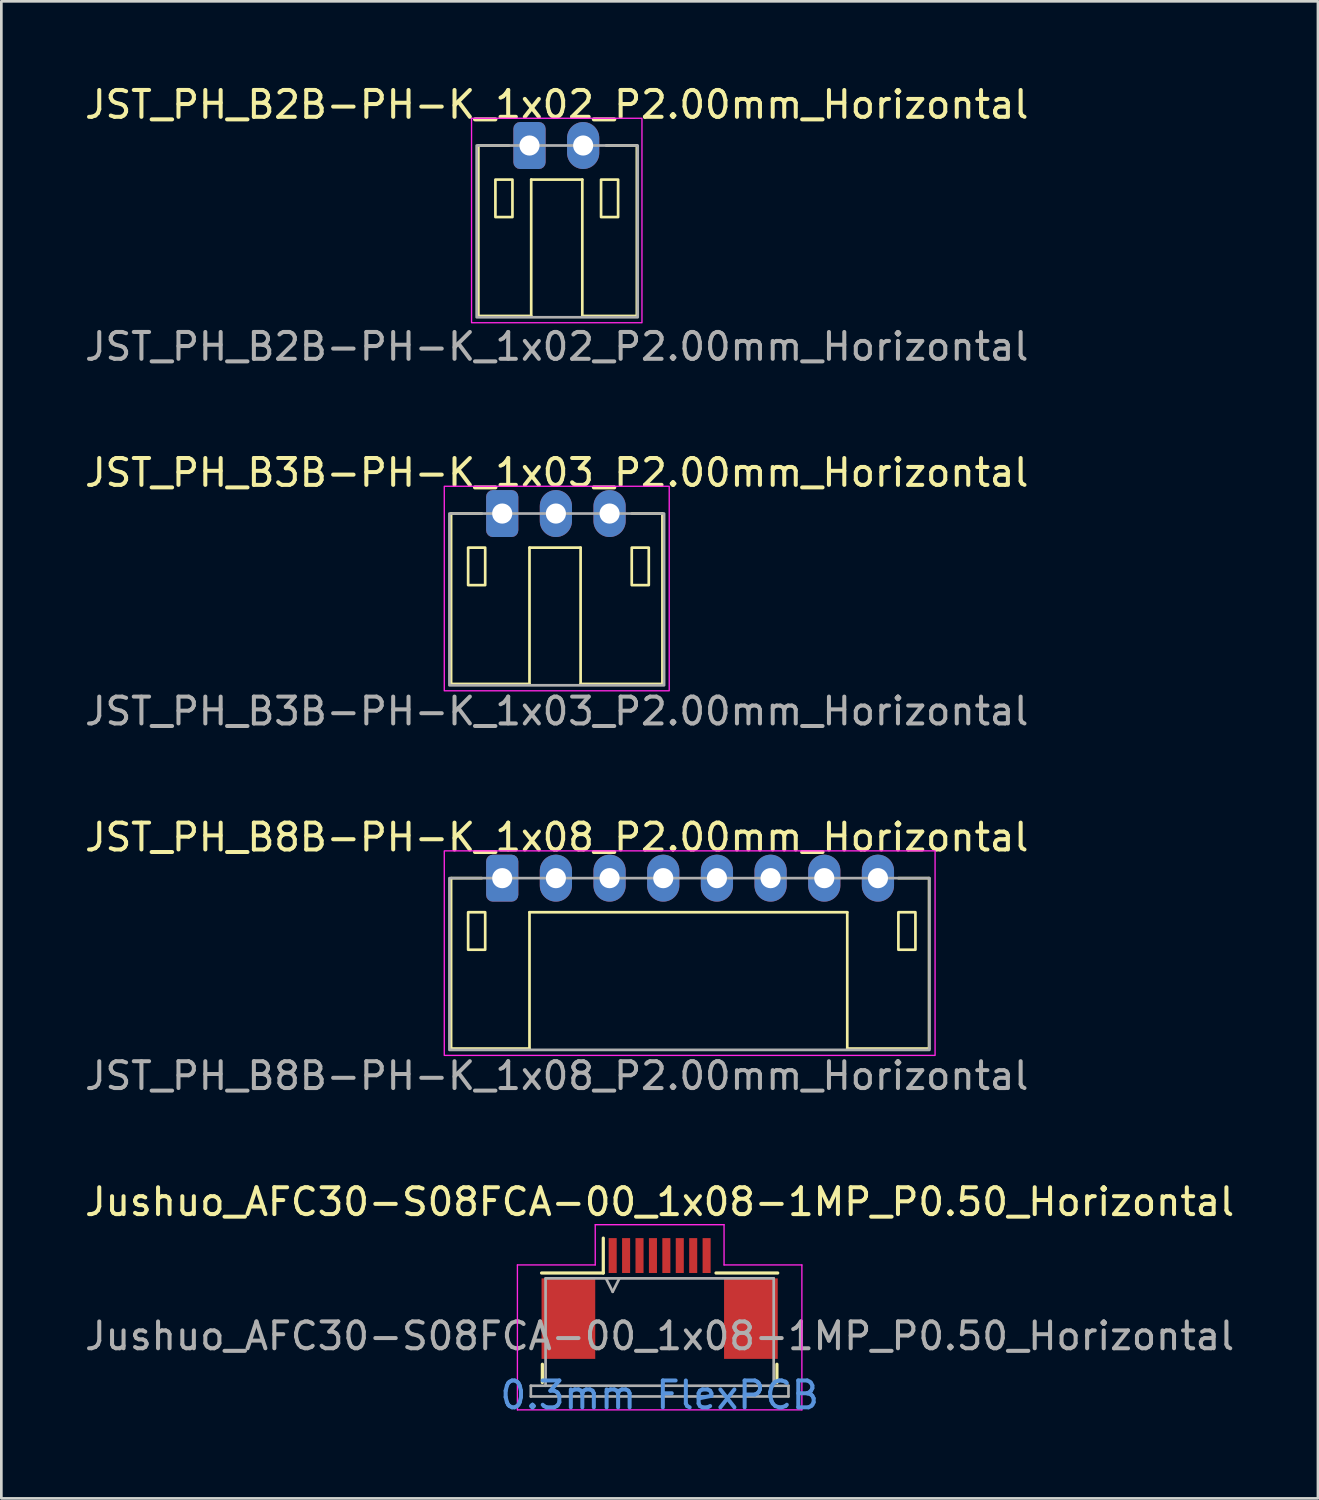
<source format=kicad_pcb>
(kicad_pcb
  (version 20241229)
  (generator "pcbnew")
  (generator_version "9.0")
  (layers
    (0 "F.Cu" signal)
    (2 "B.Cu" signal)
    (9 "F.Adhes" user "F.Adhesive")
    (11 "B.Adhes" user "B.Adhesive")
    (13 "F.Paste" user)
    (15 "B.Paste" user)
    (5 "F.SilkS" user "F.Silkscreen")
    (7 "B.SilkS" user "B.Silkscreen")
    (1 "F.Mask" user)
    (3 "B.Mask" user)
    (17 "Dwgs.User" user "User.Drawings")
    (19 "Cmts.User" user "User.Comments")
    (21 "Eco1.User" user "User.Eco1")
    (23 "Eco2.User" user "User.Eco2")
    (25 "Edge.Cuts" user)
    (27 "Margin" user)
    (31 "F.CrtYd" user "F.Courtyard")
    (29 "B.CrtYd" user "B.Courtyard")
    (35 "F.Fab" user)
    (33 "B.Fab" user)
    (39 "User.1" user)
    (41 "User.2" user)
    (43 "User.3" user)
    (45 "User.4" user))
  (footprint "JST_PH_B3B-PH-K_1x03_P2.00mm_Horizontal"
    (layer "F.Cu")
    (at 15.664 16.086)
    (property "Reference" "JST_PH_B3B-PH-K_1x03_P2.00mm_Horizontal" (at 2.032 -1.524 0) (layer "F.SilkS") (effects (font (size 1 1) (thickness 0.15))))
    (attr through_hole exclude_from_bom)
    (fp_line (start -1.905 0) (end -1.905 6.35) (stroke (width 0.1) (type default)) (layer "F.SilkS"))
    (fp_line (start -0.762 0) (end -1.905 0) (stroke (width 0.1) (type default)) (layer "F.SilkS"))
    (fp_line (start 1.016 1.27) (end 2.921 1.27) (stroke (width 0.1) (type default)) (layer "F.SilkS"))
    (fp_line (start 1.016 6.35) (end -1.905 6.35) (stroke (width 0.1) (type default)) (layer "F.SilkS"))
    (fp_line (start 1.016 6.35) (end 1.016 1.27) (stroke (width 0.1) (type default)) (layer "F.SilkS"))
    (fp_line (start 2.921 1.27) (end 2.921 6.35) (stroke (width 0.1) (type default)) (layer "F.SilkS"))
    (fp_line (start 2.921 6.35) (end 5.969 6.35) (stroke (width 0.1) (type default)) (layer "F.SilkS"))
    (fp_line (start 5.969 0) (end 4.826 0) (stroke (width 0.1) (type default)) (layer "F.SilkS"))
    (fp_line (start 5.969 6.35) (end 5.969 0) (stroke (width 0.1) (type default)) (layer "F.SilkS"))
    (fp_rect (start -1.27 1.27) (end -0.635 2.667) (stroke (width 0.1) (type default)) (fill no) (layer "F.SilkS"))
    (fp_rect (start 4.826 1.27) (end 5.461 2.667) (stroke (width 0.1) (type default)) (fill no) (layer "F.SilkS"))
    (fp_rect (start -2.159 -1.016) (end 6.223 6.604) (stroke (width 0.05) (type default)) (fill no) (layer "F.CrtYd"))
    (fp_rect (start -1.968 0) (end 6.032 6.4) (stroke (width 0.1) (type default)) (fill no) (layer "F.Fab"))
    (fp_text user "${REFERENCE}" (at 2.032 7.366 0) (layer "F.Fab") (effects (font (size 1 1) (thickness 0.15))))
    (pad "1" thru_hole roundrect (at 0 0) (size 1.2 1.75) (drill 0.75) (layers "*.Cu" "*.Mask") (roundrect_rratio 0.208))
    (pad "2" thru_hole oval (at 2 0) (size 1.2 1.75) (drill 0.75) (layers "*.Cu" "*.Mask"))
    (pad "3" thru_hole oval (at 4 0) (size 1.2 1.75) (drill 0.75) (layers "*.Cu" "*.Mask")))
  (footprint "JST_PH_B8B-PH-K_1x08_P2.00mm_Horizontal"
    (layer "F.Cu")
    (at 15.664 29.672)
    (property "Reference" "JST_PH_B8B-PH-K_1x08_P2.00mm_Horizontal" (at 2.032 -1.524 0) (layer "F.SilkS") (effects (font (size 1 1) (thickness 0.15))))
    (attr through_hole exclude_from_bom)
    (fp_line (start -1.905 0) (end -1.905 6.35) (stroke (width 0.1) (type default)) (layer "F.SilkS"))
    (fp_line (start -0.762 0) (end -1.905 0) (stroke (width 0.1) (type default)) (layer "F.SilkS"))
    (fp_line (start 1.016 1.27) (end 12.857 1.27) (stroke (width 0.1) (type default)) (layer "F.SilkS"))
    (fp_line (start 1.016 6.35) (end -1.905 6.35) (stroke (width 0.1) (type default)) (layer "F.SilkS"))
    (fp_line (start 1.016 6.35) (end 1.016 1.27) (stroke (width 0.1) (type default)) (layer "F.SilkS"))
    (fp_line (start 12.857 1.27) (end 12.857 6.35) (stroke (width 0.1) (type default)) (layer "F.SilkS"))
    (fp_line (start 12.857 6.35) (end 15.905 6.35) (stroke (width 0.1) (type default)) (layer "F.SilkS"))
    (fp_line (start 15.905 0) (end 14.762 0) (stroke (width 0.1) (type default)) (layer "F.SilkS"))
    (fp_line (start 15.905 6.35) (end 15.905 0) (stroke (width 0.1) (type default)) (layer "F.SilkS"))
    (fp_rect (start -1.27 1.27) (end -0.635 2.667) (stroke (width 0.1) (type default)) (fill no) (layer "F.SilkS"))
    (fp_rect (start 14.762 1.27) (end 15.397 2.667) (stroke (width 0.1) (type default)) (fill no) (layer "F.SilkS"))
    (fp_rect (start -2.159 -1.016) (end 16.129 6.604) (stroke (width 0.05) (type default)) (fill no) (layer "F.CrtYd"))
    (fp_rect (start -1.968 0) (end 15.919 6.4) (stroke (width 0.1) (type default)) (fill no) (layer "F.Fab"))
    (fp_text user "${REFERENCE}" (at 2.032 7.366 0) (layer "F.Fab") (effects (font (size 1 1) (thickness 0.15))))
    (pad "1" thru_hole roundrect (at 0 0) (size 1.2 1.75) (drill 0.75) (layers "*.Cu" "*.Mask") (roundrect_rratio 0.208))
    (pad "2" thru_hole oval (at 2 0) (size 1.2 1.75) (drill 0.75) (layers "*.Cu" "*.Mask"))
    (pad "3" thru_hole oval (at 4 0) (size 1.2 1.75) (drill 0.75) (layers "*.Cu" "*.Mask"))
    (pad "4" thru_hole oval (at 6 0) (size 1.2 1.75) (drill 0.75) (layers "*.Cu" "*.Mask"))
    (pad "5" thru_hole oval (at 8 0) (size 1.2 1.75) (drill 0.75) (layers "*.Cu" "*.Mask"))
    (pad "6" thru_hole oval (at 10 0) (size 1.2 1.75) (drill 0.75) (layers "*.Cu" "*.Mask"))
    (pad "7" thru_hole oval (at 12 0) (size 1.2 1.75) (drill 0.75) (layers "*.Cu" "*.Mask"))
    (pad "8" thru_hole oval (at 14 0) (size 1.2 1.75) (drill 0.75) (layers "*.Cu" "*.Mask")))
  (footprint "JST_PH_B2B-PH-K_1x02_P2.00mm_Horizontal"
    (layer "F.Cu")
    (at 16.68 2.372)
    (property "Reference" "JST_PH_B2B-PH-K_1x02_P2.00mm_Horizontal" (at 1.016 -1.524 0) (layer "F.SilkS") (effects (font (size 1 1) (thickness 0.15))))
    (attr through_hole exclude_from_bom)
    (fp_line (start -1.905 0) (end -1.905 6.35) (stroke (width 0.1) (type default)) (layer "F.SilkS"))
    (fp_line (start -0.762 0) (end -1.905 0) (stroke (width 0.1) (type default)) (layer "F.SilkS"))
    (fp_line (start 0.064 1.27) (end 1.968 1.27) (stroke (width 0.1) (type default)) (layer "F.SilkS"))
    (fp_line (start 0.064 6.35) (end -1.905 6.35) (stroke (width 0.1) (type default)) (layer "F.SilkS"))
    (fp_line (start 0.064 6.35) (end 0.064 1.27) (stroke (width 0.1) (type default)) (layer "F.SilkS"))
    (fp_line (start 1.968 1.27) (end 1.968 6.35) (stroke (width 0.1) (type default)) (layer "F.SilkS"))
    (fp_line (start 1.968 6.35) (end 4 6.35) (stroke (width 0.1) (type default)) (layer "F.SilkS"))
    (fp_line (start 4 0) (end 2.857 0) (stroke (width 0.1) (type default)) (layer "F.SilkS"))
    (fp_line (start 4 6.35) (end 4 0) (stroke (width 0.1) (type default)) (layer "F.SilkS"))
    (fp_rect (start -1.27 1.27) (end -0.635 2.667) (stroke (width 0.1) (type default)) (fill no) (layer "F.SilkS"))
    (fp_rect (start 2.667 1.27) (end 3.302 2.667) (stroke (width 0.1) (type default)) (fill no) (layer "F.SilkS"))
    (fp_rect (start -2.159 -1.016) (end 4.191 6.604) (stroke (width 0.05) (type default)) (fill no) (layer "F.CrtYd"))
    (fp_rect (start -1.968 0) (end 4.032 6.4) (stroke (width 0.1) (type default)) (fill no) (layer "F.Fab"))
    (fp_text user "${REFERENCE}" (at 1.016 7.493 0) (layer "F.Fab") (effects (font (size 1 1) (thickness 0.15))))
    (pad "1" thru_hole roundrect (at 0 0) (size 1.2 1.75) (drill 0.75) (layers "*.Cu" "*.Mask") (roundrect_rratio 0.208))
    (pad "2" thru_hole oval (at 2 0) (size 1.2 1.75) (drill 0.75) (layers "*.Cu" "*.Mask")))
  (footprint "Jushuo_AFC30-S08FCA-00_1x08-1MP_P0.50_Horizontal"
    (layer "F.Cu")
    (at 21.53 45.335)
    (property "Reference" "Jushuo_AFC30-S08FCA-00_1x08-1MP_P0.50_Horizontal" (at 0 -3.6 0) (layer "F.SilkS") (effects (font (size 1 1) (thickness 0.15))))
    (attr smd)
    (fp_line (start -4.37 2.45) (end -4.37 3.13) (stroke (width 0.12) (type solid)) (layer "F.SilkS"))
    (fp_line (start -2.1 -0.95) (end -4.4 -0.95) (stroke (width 0.12) (type solid)) (layer "F.SilkS"))
    (fp_line (start -2.1 -0.95) (end -2.1 -2.25) (stroke (width 0.12) (type solid)) (layer "F.SilkS"))
    (fp_line (start 2.1 -0.95) (end 4.4 -0.95) (stroke (width 0.12) (type solid)) (layer "F.SilkS"))
    (fp_line (start 4.37 2.45) (end 4.37 3.13) (stroke (width 0.12) (type solid)) (layer "F.SilkS"))
    (fp_line (start -5.3 -1.25) (end -5.3 4.15) (stroke (width 0.05) (type solid)) (layer "F.CrtYd"))
    (fp_line (start -5.3 4.15) (end 5.3 4.15) (stroke (width 0.05) (type solid)) (layer "F.CrtYd"))
    (fp_line (start -2.4 -2.75) (end -2.4 -1.25) (stroke (width 0.05) (type solid)) (layer "F.CrtYd"))
    (fp_line (start -2.4 -1.25) (end -5.3 -1.25) (stroke (width 0.05) (type solid)) (layer "F.CrtYd"))
    (fp_line (start 2.4 -2.75) (end -2.4 -2.75) (stroke (width 0.05) (type solid)) (layer "F.CrtYd"))
    (fp_line (start 2.4 -1.25) (end 2.4 -2.75) (stroke (width 0.05) (type solid)) (layer "F.CrtYd"))
    (fp_line (start 5.3 -1.25) (end 2.4 -1.25) (stroke (width 0.05) (type solid)) (layer "F.CrtYd"))
    (fp_line (start 5.3 4.15) (end 5.3 -1.25) (stroke (width 0.05) (type solid)) (layer "F.CrtYd"))
    (fp_line (start -4.8 3.25) (end -4.8 3.65) (stroke (width 0.1) (type solid)) (layer "F.Fab"))
    (fp_line (start -4.8 3.65) (end 4.8 3.65) (stroke (width 0.1) (type solid)) (layer "F.Fab"))
    (fp_line (start -4.25 -0.75) (end 4.25 -0.75) (stroke (width 0.1) (type solid)) (layer "F.Fab"))
    (fp_line (start -4.25 3.25) (end -4.8 3.25) (stroke (width 0.1) (type solid)) (layer "F.Fab"))
    (fp_line (start -4.25 3.25) (end -4.25 -0.75) (stroke (width 0.1) (type solid)) (layer "F.Fab"))
    (fp_line (start -2 -0.75) (end -1.75 -0.25) (stroke (width 0.1) (type solid)) (layer "F.Fab"))
    (fp_line (start -1.75 -0.25) (end -1.5 -0.75) (stroke (width 0.1) (type solid)) (layer "F.Fab"))
    (fp_line (start 4.25 3.25) (end -4.25 3.25) (stroke (width 0.1) (type solid)) (layer "F.Fab"))
    (fp_line (start 4.25 3.25) (end 4.25 -0.75) (stroke (width 0.1) (type solid)) (layer "F.Fab"))
    (fp_line (start 4.8 3.25) (end 4.25 3.25) (stroke (width 0.1) (type solid)) (layer "F.Fab"))
    (fp_line (start 4.8 3.65) (end 4.8 3.25) (stroke (width 0.1) (type solid)) (layer "F.Fab"))
    (fp_text user "0.3mm FlexPCB" (at 0 3.6 0) (layer "Cmts.User") (effects (font (size 1 1) (thickness 0.15))))
    (fp_text user "${REFERENCE}" (at 0 1.4 0) (unlocked yes) (layer "F.Fab") (effects (font (size 1 1) (thickness 0.15))))
    (pad "1" smd rect (at -1.75 -1.6) (size 0.3 1.3) (layers "F.Cu" "F.Mask" "F.Paste"))
    (pad "2" smd rect (at -1.25 -1.6) (size 0.3 1.3) (layers "F.Cu" "F.Mask" "F.Paste"))
    (pad "3" smd rect (at -0.75 -1.6) (size 0.3 1.3) (layers "F.Cu" "F.Mask" "F.Paste"))
    (pad "4" smd rect (at -0.25 -1.6) (size 0.3 1.3) (layers "F.Cu" "F.Mask" "F.Paste"))
    (pad "5" smd rect (at 0.25 -1.6) (size 0.3 1.3) (layers "F.Cu" "F.Mask" "F.Paste"))
    (pad "6" smd rect (at 0.75 -1.6) (size 0.3 1.3) (layers "F.Cu" "F.Mask" "F.Paste"))
    (pad "7" smd rect (at 1.25 -1.6) (size 0.3 1.3) (layers "F.Cu" "F.Mask" "F.Paste"))
    (pad "8" smd rect (at 1.75 -1.6) (size 0.3 1.3) (layers "F.Cu" "F.Mask" "F.Paste"))
    (pad "MP" smd rect (at -3.4 0.75) (size 2 3) (layers "F.Cu" "F.Mask" "F.Paste"))
    (pad "MP" smd rect (at 3.4 0.75) (size 2 3) (layers "F.Cu" "F.Mask" "F.Paste")))
  (gr_rect
    (start -3 -3)
    (end 46.06 52.783)
    (stroke (width 0.1) (type default))
    (fill no)
    (layer "Edge.Cuts")))
</source>
